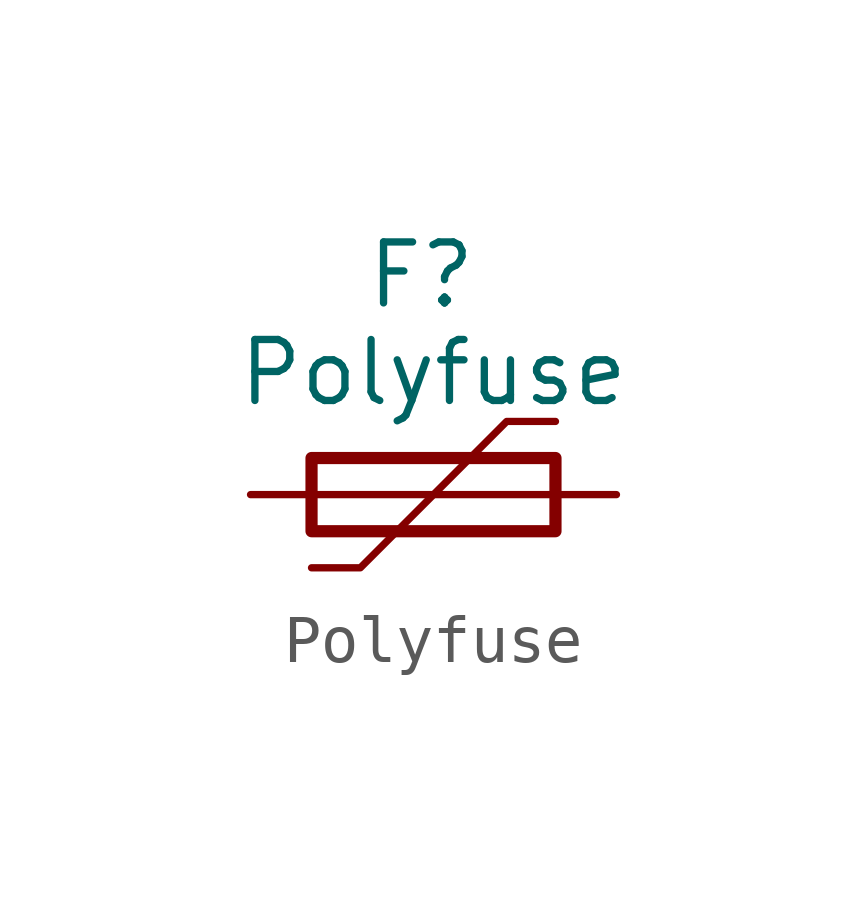
<source format=kicad_sym>
(kicad_symbol_lib
  (version 20231120)
  (generator "kicad_symbol_editor")
  (generator_version "8.0")
  (symbol "Polyfuse"
    (pin_numbers hide)
    (pin_names
      (offset 0))
    (property "Reference" "F"
      (at 1.016 3.302 0)
      (effects (font (size 1.27 1.27))))
    (property "Value" "Polyfuse"
      (at 1.27 1.27 0)
      (effects (font (size 1.27 1.27))))
    (symbol "Polyfuse_0_1"
      (rectangle (start -1.27 -2.032) (end 3.81 -0.508) (stroke (width 0.254) (type default)) (fill (type none)))
      (polyline (pts (xy -1.27 -1.27) (xy 3.81 -1.27)) (stroke (width 0) (type default)) (fill (type none)))
      (polyline (pts (xy -1.27 -2.794) (xy -0.254 -2.794) (xy 2.794 0.254) (xy 3.81 0.254)) (stroke (width 0) (type default)) (fill (type none))))
    (symbol "Polyfuse_1_1"
      (pin passive line (at -2.54 -1.27 0) (length 1.27) (name "~" (effects (font (size 1.27 1.27)))) (number "1" (effects (font (size 1.27 1.27)))))
      (pin passive line (at 5.08 -1.27 180) (length 1.27) (name "~" (effects (font (size 1.27 1.27)))) (number "2" (effects (font (size 1.27 1.27))))))))
</source>
